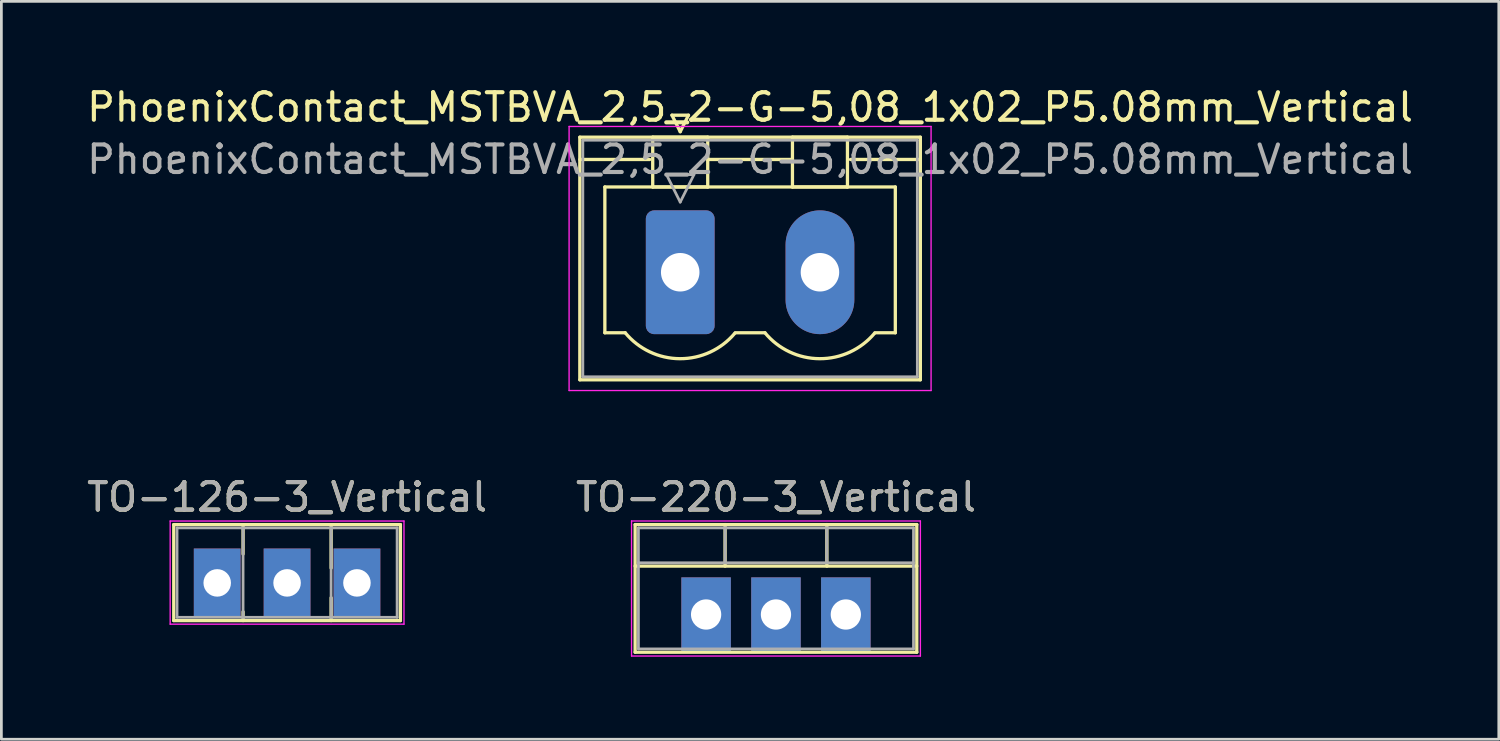
<source format=kicad_pcb>
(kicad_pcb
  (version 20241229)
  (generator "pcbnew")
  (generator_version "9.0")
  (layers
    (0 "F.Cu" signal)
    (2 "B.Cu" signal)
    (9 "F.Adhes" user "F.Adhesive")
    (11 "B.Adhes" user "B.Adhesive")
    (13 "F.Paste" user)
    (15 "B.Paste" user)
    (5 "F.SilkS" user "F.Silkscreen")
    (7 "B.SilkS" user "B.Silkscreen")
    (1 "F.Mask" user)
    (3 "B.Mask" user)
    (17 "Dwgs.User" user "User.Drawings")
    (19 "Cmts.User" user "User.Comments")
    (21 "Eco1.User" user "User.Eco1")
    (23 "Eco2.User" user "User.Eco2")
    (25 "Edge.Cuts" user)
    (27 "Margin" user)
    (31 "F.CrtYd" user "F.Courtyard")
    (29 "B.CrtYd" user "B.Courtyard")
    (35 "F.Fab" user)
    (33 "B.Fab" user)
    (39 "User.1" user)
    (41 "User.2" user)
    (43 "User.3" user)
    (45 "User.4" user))
  (footprint "TO-126-3_Vertical"
    (layer "F.Cu")
    (at 4.847 18.142)
    (property "Reference" "TO-126-3_Vertical" (at 2.54 -3.12 0) (layer "F.SilkS") (effects (font (size 1 1) (thickness 0.15))))
    (attr through_hole)
    (fp_line (start -1.58 -2.12) (end -1.58 1.37) (stroke (width 0.12) (type solid)) (layer "F.SilkS"))
    (fp_line (start -1.58 -2.12) (end 6.66 -2.12) (stroke (width 0.12) (type solid)) (layer "F.SilkS"))
    (fp_line (start -1.58 1.37) (end 6.66 1.37) (stroke (width 0.12) (type solid)) (layer "F.SilkS"))
    (fp_line (start 0.94 -2.12) (end 0.94 -1.05) (stroke (width 0.12) (type solid)) (layer "F.SilkS"))
    (fp_line (start 0.94 1.05) (end 0.94 1.37) (stroke (width 0.12) (type solid)) (layer "F.SilkS"))
    (fp_line (start 4.141 -2.12) (end 4.141 -0.54) (stroke (width 0.12) (type solid)) (layer "F.SilkS"))
    (fp_line (start 4.141 0.54) (end 4.141 1.37) (stroke (width 0.12) (type solid)) (layer "F.SilkS"))
    (fp_line (start 6.66 -2.12) (end 6.66 1.37) (stroke (width 0.12) (type solid)) (layer "F.SilkS"))
    (fp_line (start -1.71 -2.25) (end -1.71 1.5) (stroke (width 0.05) (type solid)) (layer "F.CrtYd"))
    (fp_line (start -1.71 1.5) (end 6.79 1.5) (stroke (width 0.05) (type solid)) (layer "F.CrtYd"))
    (fp_line (start 6.79 -2.25) (end -1.71 -2.25) (stroke (width 0.05) (type solid)) (layer "F.CrtYd"))
    (fp_line (start 6.79 1.5) (end 6.79 -2.25) (stroke (width 0.05) (type solid)) (layer "F.CrtYd"))
    (fp_line (start -1.46 -2) (end -1.46 1.25) (stroke (width 0.1) (type solid)) (layer "F.Fab"))
    (fp_line (start -1.46 1.25) (end 6.54 1.25) (stroke (width 0.1) (type solid)) (layer "F.Fab"))
    (fp_line (start 0.94 -2) (end 0.94 1.25) (stroke (width 0.1) (type solid)) (layer "F.Fab"))
    (fp_line (start 4.14 -2) (end 4.14 1.25) (stroke (width 0.1) (type solid)) (layer "F.Fab"))
    (fp_line (start 6.54 -2) (end -1.46 -2) (stroke (width 0.1) (type solid)) (layer "F.Fab"))
    (fp_line (start 6.54 1.25) (end 6.54 -2) (stroke (width 0.1) (type solid)) (layer "F.Fab"))
    (fp_text user "${REFERENCE}" (at 2.54 -3.12 0) (layer "F.Fab") (effects (font (size 1 1) (thickness 0.15))))
    (pad "1" thru_hole rect (at 0 0) (size 1.7 2.5) (drill 1) (layers "*.Cu" "*.Mask"))
    (pad "2" thru_hole rect (at 2.54 0) (size 1.7 2.5) (drill 1) (layers "*.Cu" "*.Mask"))
    (pad "3" thru_hole rect (at 5.08 0) (size 1.7 2.5) (drill 1) (layers "*.Cu" "*.Mask")))
  (footprint "TO-220-3_Vertical"
    (layer "F.Cu")
    (at 22.621 19.291)
    (property "Reference" "TO-220-3_Vertical" (at 2.54 -4.27 0) (layer "F.SilkS") (effects (font (size 1 1) (thickness 0.15))))
    (attr through_hole)
    (fp_line (start -2.58 -3.27) (end -2.58 1.371) (stroke (width 0.12) (type solid)) (layer "F.SilkS"))
    (fp_line (start -2.58 -3.27) (end 7.66 -3.27) (stroke (width 0.12) (type solid)) (layer "F.SilkS"))
    (fp_line (start -2.58 -1.76) (end 7.66 -1.76) (stroke (width 0.12) (type solid)) (layer "F.SilkS"))
    (fp_line (start -2.58 1.371) (end 7.66 1.371) (stroke (width 0.12) (type solid)) (layer "F.SilkS"))
    (fp_line (start 0.69 -3.27) (end 0.69 -1.76) (stroke (width 0.12) (type solid)) (layer "F.SilkS"))
    (fp_line (start 4.391 -3.27) (end 4.391 -1.76) (stroke (width 0.12) (type solid)) (layer "F.SilkS"))
    (fp_line (start 7.66 -3.27) (end 7.66 1.371) (stroke (width 0.12) (type solid)) (layer "F.SilkS"))
    (fp_line (start -2.71 -3.4) (end -2.71 1.51) (stroke (width 0.05) (type solid)) (layer "F.CrtYd"))
    (fp_line (start -2.71 1.51) (end 7.79 1.51) (stroke (width 0.05) (type solid)) (layer "F.CrtYd"))
    (fp_line (start 7.79 -3.4) (end -2.71 -3.4) (stroke (width 0.05) (type solid)) (layer "F.CrtYd"))
    (fp_line (start 7.79 1.51) (end 7.79 -3.4) (stroke (width 0.05) (type solid)) (layer "F.CrtYd"))
    (fp_line (start -2.46 -3.15) (end -2.46 1.25) (stroke (width 0.1) (type solid)) (layer "F.Fab"))
    (fp_line (start -2.46 -1.88) (end 7.54 -1.88) (stroke (width 0.1) (type solid)) (layer "F.Fab"))
    (fp_line (start -2.46 1.25) (end 7.54 1.25) (stroke (width 0.1) (type solid)) (layer "F.Fab"))
    (fp_line (start 0.69 -3.15) (end 0.69 -1.88) (stroke (width 0.1) (type solid)) (layer "F.Fab"))
    (fp_line (start 4.39 -3.15) (end 4.39 -1.88) (stroke (width 0.1) (type solid)) (layer "F.Fab"))
    (fp_line (start 7.54 -3.15) (end -2.46 -3.15) (stroke (width 0.1) (type solid)) (layer "F.Fab"))
    (fp_line (start 7.54 1.25) (end 7.54 -3.15) (stroke (width 0.1) (type solid)) (layer "F.Fab"))
    (fp_text user "${REFERENCE}" (at 2.54 -4.27 0) (layer "F.Fab") (effects (font (size 1 1) (thickness 0.15))))
    (pad "1" thru_hole rect (at 0 0) (size 1.8 2.7) (drill 1.1) (layers "*.Cu" "*.Mask"))
    (pad "2" thru_hole rect (at 2.54 0) (size 1.8 2.7) (drill 1.1) (layers "*.Cu" "*.Mask"))
    (pad "3" thru_hole rect (at 5.08 0) (size 1.8 2.7) (drill 1.1) (layers "*.Cu" "*.Mask")))
  (footprint "PhoenixContact_MSTBVA_2,5_2-G-5,08_1x02_P5.08mm_Vertical"
    (layer "F.Cu")
    (at 21.68 6.848)
    (property "Reference" "PhoenixContact_MSTBVA_2,5_2-G-5,08_1x02_P5.08mm_Vertical" (at 2.54 -6 0) (layer "F.SilkS") (effects (font (size 1 1) (thickness 0.15))))
    (attr through_hole)
    (fp_line (start -3.65 -4.91) (end -3.65 3.91) (stroke (width 0.12) (type solid)) (layer "F.SilkS"))
    (fp_line (start -3.65 -4.1) (end -1.11 -4.1) (stroke (width 0.12) (type solid)) (layer "F.SilkS"))
    (fp_line (start -3.65 3.91) (end 8.73 3.91) (stroke (width 0.12) (type solid)) (layer "F.SilkS"))
    (fp_line (start -2.74 -3.1) (end 7.82 -3.1) (stroke (width 0.12) (type solid)) (layer "F.SilkS"))
    (fp_line (start -2.74 2.2) (end -2.74 -3.1) (stroke (width 0.12) (type solid)) (layer "F.SilkS"))
    (fp_line (start -2 2.2) (end -2.74 2.2) (stroke (width 0.12) (type solid)) (layer "F.SilkS"))
    (fp_line (start -1 -4.91) (end 1 -4.91) (stroke (width 0.12) (type solid)) (layer "F.SilkS"))
    (fp_line (start -1 -3.1) (end -1 -4.91) (stroke (width 0.12) (type solid)) (layer "F.SilkS"))
    (fp_line (start -0.3 -5.71) (end 0.3 -5.71) (stroke (width 0.12) (type solid)) (layer "F.SilkS"))
    (fp_line (start 0 -5.11) (end -0.3 -5.71) (stroke (width 0.12) (type solid)) (layer "F.SilkS"))
    (fp_line (start 0.3 -5.71) (end 0 -5.11) (stroke (width 0.12) (type solid)) (layer "F.SilkS"))
    (fp_line (start 1 -4.91) (end 1 -3.1) (stroke (width 0.12) (type solid)) (layer "F.SilkS"))
    (fp_line (start 1 -4.1) (end 4.08 -4.1) (stroke (width 0.12) (type solid)) (layer "F.SilkS"))
    (fp_line (start 1 -3.1) (end -1 -3.1) (stroke (width 0.12) (type solid)) (layer "F.SilkS"))
    (fp_line (start 2 2.2) (end 3.08 2.2) (stroke (width 0.12) (type solid)) (layer "F.SilkS"))
    (fp_line (start 4.08 -4.91) (end 6.08 -4.91) (stroke (width 0.12) (type solid)) (layer "F.SilkS"))
    (fp_line (start 4.08 -3.1) (end 4.08 -4.91) (stroke (width 0.12) (type solid)) (layer "F.SilkS"))
    (fp_line (start 6.08 -4.91) (end 6.08 -3.1) (stroke (width 0.12) (type solid)) (layer "F.SilkS"))
    (fp_line (start 6.08 -3.1) (end 4.08 -3.1) (stroke (width 0.12) (type solid)) (layer "F.SilkS"))
    (fp_line (start 7.82 -3.1) (end 7.82 2.2) (stroke (width 0.12) (type solid)) (layer "F.SilkS"))
    (fp_line (start 7.82 2.2) (end 7.08 2.2) (stroke (width 0.12) (type solid)) (layer "F.SilkS"))
    (fp_line (start 8.73 -4.91) (end -3.65 -4.91) (stroke (width 0.12) (type solid)) (layer "F.SilkS"))
    (fp_line (start 8.73 -4.1) (end 6.19 -4.1) (stroke (width 0.12) (type solid)) (layer "F.SilkS"))
    (fp_line (start 8.73 3.91) (end 8.73 -4.91) (stroke (width 0.12) (type solid)) (layer "F.SilkS"))
    (fp_arc (start 1.986842 2.215821) (mid -0.010289 3.142758) (end -2 2.2) (stroke (width 0.12) (type solid)) (layer "F.SilkS"))
    (fp_arc (start 7.066842 2.215821) (mid 5.069711 3.142758) (end 3.08 2.2) (stroke (width 0.12) (type solid)) (layer "F.SilkS"))
    (fp_line (start -4.04 -5.3) (end -4.04 4.3) (stroke (width 0.05) (type solid)) (layer "F.CrtYd"))
    (fp_line (start -4.04 4.3) (end 9.12 4.3) (stroke (width 0.05) (type solid)) (layer "F.CrtYd"))
    (fp_line (start 9.12 -5.3) (end -4.04 -5.3) (stroke (width 0.05) (type solid)) (layer "F.CrtYd"))
    (fp_line (start 9.12 4.3) (end 9.12 -5.3) (stroke (width 0.05) (type solid)) (layer "F.CrtYd"))
    (fp_line (start -3.54 -4.8) (end -3.54 3.8) (stroke (width 0.1) (type solid)) (layer "F.Fab"))
    (fp_line (start -3.54 3.8) (end 8.62 3.8) (stroke (width 0.1) (type solid)) (layer "F.Fab"))
    (fp_line (start -0.5 -3.55) (end 0.5 -3.55) (stroke (width 0.1) (type solid)) (layer "F.Fab"))
    (fp_line (start 0 -2.55) (end -0.5 -3.55) (stroke (width 0.1) (type solid)) (layer "F.Fab"))
    (fp_line (start 0.5 -3.55) (end 0 -2.55) (stroke (width 0.1) (type solid)) (layer "F.Fab"))
    (fp_line (start 8.62 -4.8) (end -3.54 -4.8) (stroke (width 0.1) (type solid)) (layer "F.Fab"))
    (fp_line (start 8.62 3.8) (end 8.62 -4.8) (stroke (width 0.1) (type solid)) (layer "F.Fab"))
    (fp_text user "${REFERENCE}" (at 2.54 -4.1 0) (layer "F.Fab") (effects (font (size 1 1) (thickness 0.15))))
    (pad "1" thru_hole roundrect (at 0 0) (size 2.5 4.5) (drill 1.4) (layers "*.Cu" "*.Mask") (roundrect_rratio 0.12))
    (pad "2" thru_hole oval (at 5.08 0) (size 2.5 4.5) (drill 1.4) (layers "*.Cu" "*.Mask")))
  (gr_rect
    (start -3 -3)
    (end 51.44 23.826)
    (stroke (width 0.1) (type default))
    (fill no)
    (layer "Edge.Cuts")))
</source>
